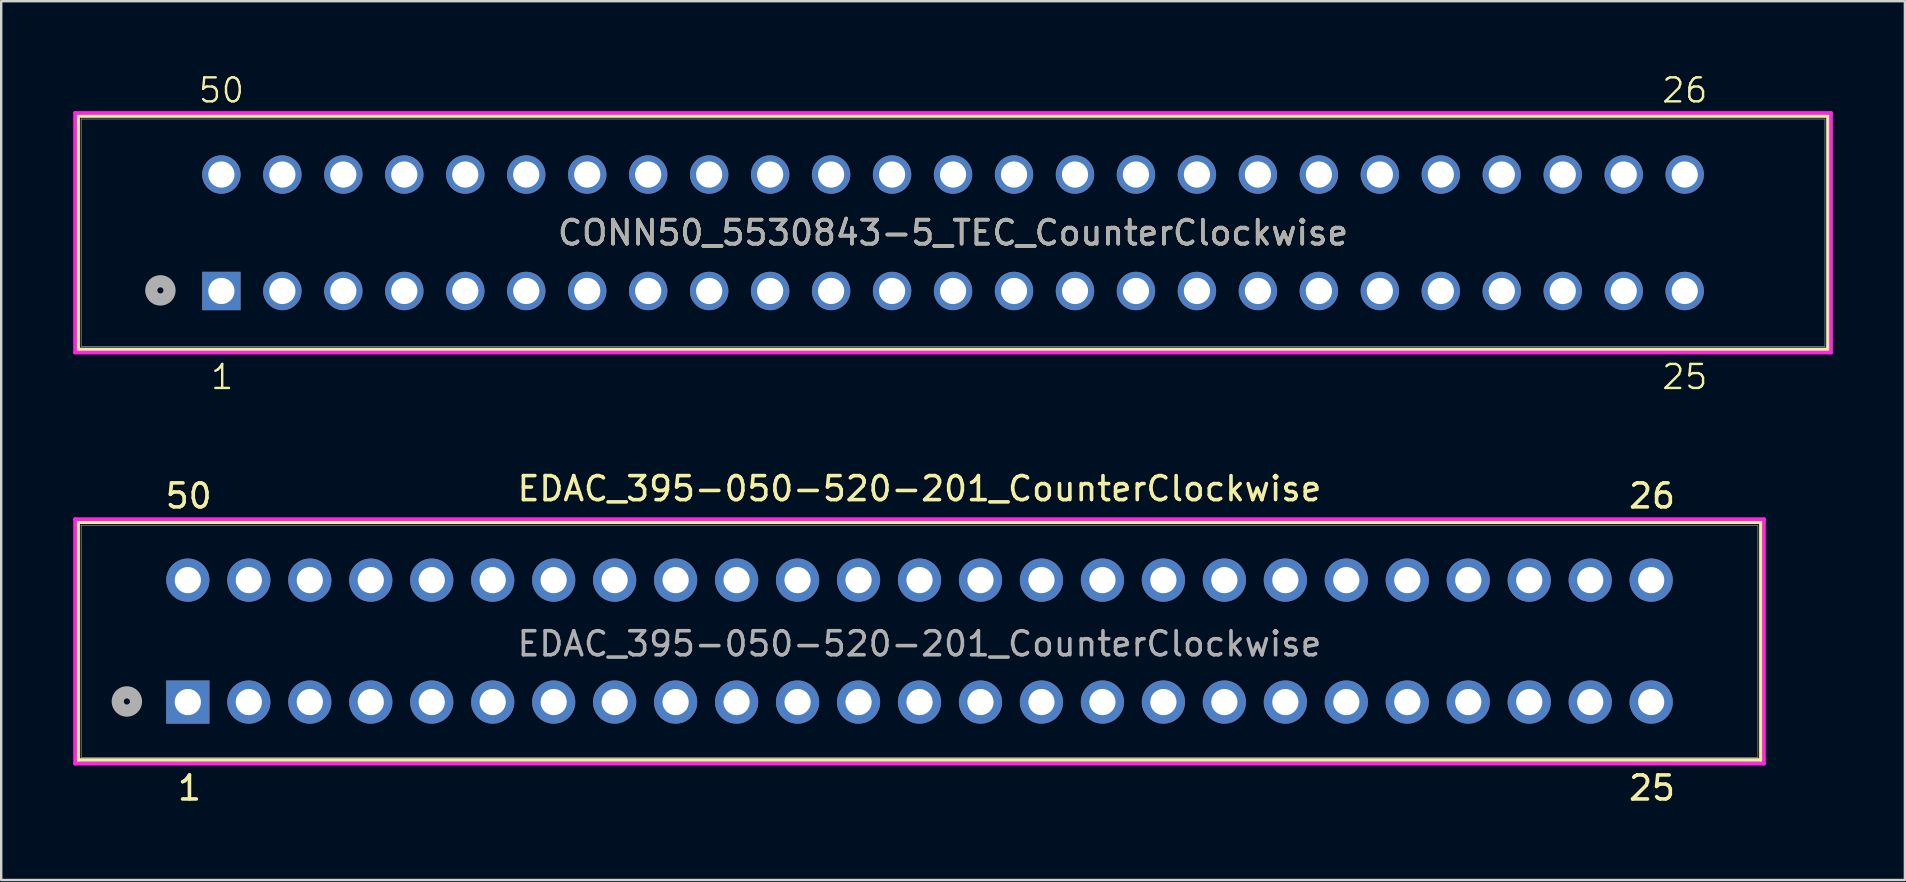
<source format=kicad_pcb>
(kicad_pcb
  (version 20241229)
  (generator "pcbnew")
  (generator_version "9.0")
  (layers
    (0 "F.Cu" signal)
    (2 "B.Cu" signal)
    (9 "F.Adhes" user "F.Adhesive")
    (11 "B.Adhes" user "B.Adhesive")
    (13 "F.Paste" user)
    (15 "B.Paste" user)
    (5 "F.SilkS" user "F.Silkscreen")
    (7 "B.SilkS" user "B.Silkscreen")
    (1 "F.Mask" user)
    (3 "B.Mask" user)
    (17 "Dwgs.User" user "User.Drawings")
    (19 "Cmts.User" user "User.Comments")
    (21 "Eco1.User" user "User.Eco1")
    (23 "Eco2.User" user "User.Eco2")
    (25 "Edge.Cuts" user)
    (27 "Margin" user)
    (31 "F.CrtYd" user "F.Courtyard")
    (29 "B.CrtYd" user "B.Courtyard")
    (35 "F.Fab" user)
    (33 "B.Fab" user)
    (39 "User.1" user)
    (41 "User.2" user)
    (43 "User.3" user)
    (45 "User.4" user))
  (footprint "EDAC_395-050-520-201_CounterClockwise"
    (layer "F.Cu")
    (at 4.775 26.197)
    (property "Reference" "EDAC_395-050-520-201_CounterClockwise" (at 30.48 -8.89 0) (unlocked yes) (layer "F.SilkS") (effects (font (size 1 1) (thickness 0.15))))
    (attr through_hole)
    (fp_line (start -4.572 -7.493) (end -4.572 2.413) (stroke (width 0.152) (type solid)) (layer "F.SilkS"))
    (fp_line (start -4.572 2.413) (end 65.532 2.413) (stroke (width 0.152) (type solid)) (layer "F.SilkS"))
    (fp_line (start 65.532 -7.493) (end -4.572 -7.493) (stroke (width 0.152) (type solid)) (layer "F.SilkS"))
    (fp_line (start 65.532 2.413) (end 65.532 -7.493) (stroke (width 0.152) (type solid)) (layer "F.SilkS"))
    (fp_line (start -4.699 -7.62) (end -4.699 2.565) (stroke (width 0.152) (type solid)) (layer "F.CrtYd"))
    (fp_line (start -4.699 2.565) (end 65.659 2.565) (stroke (width 0.152) (type solid)) (layer "F.CrtYd"))
    (fp_line (start 65.659 -7.62) (end -4.699 -7.62) (stroke (width 0.152) (type solid)) (layer "F.CrtYd"))
    (fp_line (start 65.659 2.565) (end 65.659 -7.62) (stroke (width 0.152) (type solid)) (layer "F.CrtYd"))
    (fp_line (start -4.445 -7.366) (end -4.445 2.311) (stroke (width 0.025) (type solid)) (layer "F.Fab"))
    (fp_line (start -4.445 2.311) (end 65.405 2.311) (stroke (width 0.025) (type solid)) (layer "F.Fab"))
    (fp_line (start 65.405 -7.366) (end -4.445 -7.366) (stroke (width 0.025) (type solid)) (layer "F.Fab"))
    (fp_line (start 65.405 2.311) (end 65.405 -7.366) (stroke (width 0.025) (type solid)) (layer "F.Fab"))
    (fp_circle (center -2.54 -0.025) (end -2.159 -0.025) (stroke (width 0.508) (type solid)) (fill no) (layer "F.Fab"))
    (fp_text user "26" (at 59.944 -8.001 0) (unlocked yes) (layer "F.SilkS") (effects (font (size 1 1) (thickness 0.15)) (justify left bottom)))
    (fp_text user "25" (at 59.944 4.166 0) (unlocked yes) (layer "F.SilkS") (effects (font (size 1 1) (thickness 0.15)) (justify left bottom)))
    (fp_text user "1" (at -0.508 4.166 0) (unlocked yes) (layer "F.SilkS") (effects (font (size 1 1) (thickness 0.15)) (justify left bottom)))
    (fp_text user "50" (at -1.016 -8.001 0) (unlocked yes) (layer "F.SilkS") (effects (font (size 1 1) (thickness 0.15)) (justify left bottom)))
    (fp_text user "${REFERENCE}" (at 30.48 -2.426 0) (unlocked yes) (layer "F.Fab") (effects (font (size 1 1) (thickness 0.15))))
    (pad "1" thru_hole rect (at 0 0) (size 1.8 1.8) (drill 1.092) (layers "*.Cu" "*.Mask"))
    (pad "2" thru_hole circle (at 2.54 0) (size 1.8 1.8) (drill 1.092) (layers "*.Cu" "*.Mask"))
    (pad "3" thru_hole circle (at 5.08 0) (size 1.8 1.8) (drill 1.092) (layers "*.Cu" "*.Mask"))
    (pad "4" thru_hole circle (at 7.62 0) (size 1.8 1.8) (drill 1.092) (layers "*.Cu" "*.Mask"))
    (pad "5" thru_hole circle (at 10.16 0) (size 1.8 1.8) (drill 1.092) (layers "*.Cu" "*.Mask"))
    (pad "6" thru_hole circle (at 12.7 0) (size 1.8 1.8) (drill 1.092) (layers "*.Cu" "*.Mask"))
    (pad "7" thru_hole circle (at 15.24 0) (size 1.8 1.8) (drill 1.092) (layers "*.Cu" "*.Mask"))
    (pad "8" thru_hole circle (at 17.78 0) (size 1.8 1.8) (drill 1.092) (layers "*.Cu" "*.Mask"))
    (pad "9" thru_hole circle (at 20.32 0) (size 1.8 1.8) (drill 1.092) (layers "*.Cu" "*.Mask"))
    (pad "10" thru_hole circle (at 22.86 0) (size 1.8 1.8) (drill 1.092) (layers "*.Cu" "*.Mask"))
    (pad "11" thru_hole circle (at 25.4 0) (size 1.8 1.8) (drill 1.092) (layers "*.Cu" "*.Mask"))
    (pad "12" thru_hole circle (at 27.94 0) (size 1.8 1.8) (drill 1.092) (layers "*.Cu" "*.Mask"))
    (pad "13" thru_hole circle (at 30.48 0) (size 1.8 1.8) (drill 1.092) (layers "*.Cu" "*.Mask"))
    (pad "14" thru_hole circle (at 33.02 0) (size 1.8 1.8) (drill 1.092) (layers "*.Cu" "*.Mask"))
    (pad "15" thru_hole circle (at 35.56 0) (size 1.8 1.8) (drill 1.092) (layers "*.Cu" "*.Mask"))
    (pad "16" thru_hole circle (at 38.1 0) (size 1.8 1.8) (drill 1.092) (layers "*.Cu" "*.Mask"))
    (pad "17" thru_hole circle (at 40.64 0) (size 1.8 1.8) (drill 1.092) (layers "*.Cu" "*.Mask"))
    (pad "18" thru_hole circle (at 43.18 0) (size 1.8 1.8) (drill 1.092) (layers "*.Cu" "*.Mask"))
    (pad "19" thru_hole circle (at 45.72 0) (size 1.8 1.8) (drill 1.092) (layers "*.Cu" "*.Mask"))
    (pad "20" thru_hole circle (at 48.26 0) (size 1.8 1.8) (drill 1.092) (layers "*.Cu" "*.Mask"))
    (pad "21" thru_hole circle (at 50.8 0) (size 1.8 1.8) (drill 1.092) (layers "*.Cu" "*.Mask"))
    (pad "22" thru_hole circle (at 53.34 0) (size 1.8 1.8) (drill 1.092) (layers "*.Cu" "*.Mask"))
    (pad "23" thru_hole circle (at 55.88 0) (size 1.8 1.8) (drill 1.092) (layers "*.Cu" "*.Mask"))
    (pad "24" thru_hole circle (at 58.42 0) (size 1.8 1.8) (drill 1.092) (layers "*.Cu" "*.Mask"))
    (pad "25" thru_hole circle (at 60.96 0) (size 1.8 1.8) (drill 1.092) (layers "*.Cu" "*.Mask"))
    (pad "26" thru_hole circle (at 60.96 -5.08) (size 1.8 1.8) (drill 1.092) (layers "*.Cu" "*.Mask"))
    (pad "27" thru_hole circle (at 58.42 -5.08) (size 1.8 1.8) (drill 1.092) (layers "*.Cu" "*.Mask"))
    (pad "28" thru_hole circle (at 55.88 -5.08) (size 1.8 1.8) (drill 1.092) (layers "*.Cu" "*.Mask"))
    (pad "29" thru_hole circle (at 53.34 -5.08) (size 1.8 1.8) (drill 1.092) (layers "*.Cu" "*.Mask"))
    (pad "30" thru_hole circle (at 50.8 -5.08) (size 1.8 1.8) (drill 1.092) (layers "*.Cu" "*.Mask"))
    (pad "31" thru_hole circle (at 48.26 -5.08) (size 1.8 1.8) (drill 1.092) (layers "*.Cu" "*.Mask"))
    (pad "32" thru_hole circle (at 45.72 -5.08) (size 1.8 1.8) (drill 1.092) (layers "*.Cu" "*.Mask"))
    (pad "33" thru_hole circle (at 43.18 -5.08) (size 1.8 1.8) (drill 1.092) (layers "*.Cu" "*.Mask"))
    (pad "34" thru_hole circle (at 40.64 -5.08) (size 1.8 1.8) (drill 1.092) (layers "*.Cu" "*.Mask"))
    (pad "35" thru_hole circle (at 38.1 -5.08) (size 1.8 1.8) (drill 1.092) (layers "*.Cu" "*.Mask"))
    (pad "36" thru_hole circle (at 35.56 -5.08) (size 1.8 1.8) (drill 1.092) (layers "*.Cu" "*.Mask"))
    (pad "37" thru_hole circle (at 33.02 -5.08) (size 1.8 1.8) (drill 1.092) (layers "*.Cu" "*.Mask"))
    (pad "38" thru_hole circle (at 30.48 -5.08) (size 1.8 1.8) (drill 1.092) (layers "*.Cu" "*.Mask"))
    (pad "39" thru_hole circle (at 27.94 -5.08) (size 1.8 1.8) (drill 1.092) (layers "*.Cu" "*.Mask"))
    (pad "40" thru_hole circle (at 25.4 -5.08) (size 1.8 1.8) (drill 1.092) (layers "*.Cu" "*.Mask"))
    (pad "41" thru_hole circle (at 22.86 -5.08) (size 1.8 1.8) (drill 1.092) (layers "*.Cu" "*.Mask"))
    (pad "42" thru_hole circle (at 20.32 -5.08) (size 1.8 1.8) (drill 1.092) (layers "*.Cu" "*.Mask"))
    (pad "43" thru_hole circle (at 17.78 -5.08) (size 1.8 1.8) (drill 1.092) (layers "*.Cu" "*.Mask"))
    (pad "44" thru_hole circle (at 15.24 -5.08) (size 1.8 1.8) (drill 1.092) (layers "*.Cu" "*.Mask"))
    (pad "45" thru_hole circle (at 12.7 -5.08) (size 1.8 1.8) (drill 1.092) (layers "*.Cu" "*.Mask"))
    (pad "46" thru_hole circle (at 10.16 -5.08) (size 1.8 1.8) (drill 1.092) (layers "*.Cu" "*.Mask"))
    (pad "47" thru_hole circle (at 7.62 -5.08) (size 1.8 1.8) (drill 1.092) (layers "*.Cu" "*.Mask"))
    (pad "48" thru_hole circle (at 5.08 -5.08) (size 1.8 1.8) (drill 1.092) (layers "*.Cu" "*.Mask"))
    (pad "49" thru_hole circle (at 2.54 -5.08) (size 1.8 1.8) (drill 1.092) (layers "*.Cu" "*.Mask"))
    (pad "50" thru_hole circle (at 0 -5.08) (size 1.8 1.8) (drill 1.092) (layers "*.Cu" "*.Mask")))
  (footprint "CONN50_5530843-5_TEC_CounterClockwise"
    (layer "F.Cu")
    (at 6.172 9.072)
    (property "Reference" "CONN50_5530843-5_TEC_CounterClockwise" (at 30.48 -2.426 0) (unlocked yes) (layer "F.SilkS") (effects (font (size 1 1) (thickness 0.15))))
    (attr through_hole)
    (fp_line (start -5.969 -7.29) (end -5.969 2.438) (stroke (width 0.152) (type solid)) (layer "F.SilkS"))
    (fp_line (start -5.969 2.438) (end 66.929 2.438) (stroke (width 0.152) (type solid)) (layer "F.SilkS"))
    (fp_line (start 66.929 -7.29) (end -5.969 -7.29) (stroke (width 0.152) (type solid)) (layer "F.SilkS"))
    (fp_line (start 66.929 2.438) (end 66.929 -7.29) (stroke (width 0.152) (type solid)) (layer "F.SilkS"))
    (fp_line (start -6.096 -7.417) (end -6.096 2.565) (stroke (width 0.152) (type solid)) (layer "F.CrtYd"))
    (fp_line (start -6.096 2.565) (end 67.056 2.565) (stroke (width 0.152) (type solid)) (layer "F.CrtYd"))
    (fp_line (start 67.056 -7.417) (end -6.096 -7.417) (stroke (width 0.152) (type solid)) (layer "F.CrtYd"))
    (fp_line (start 67.056 2.565) (end 67.056 -7.417) (stroke (width 0.152) (type solid)) (layer "F.CrtYd"))
    (fp_line (start -5.842 -7.163) (end -5.842 2.311) (stroke (width 0.025) (type solid)) (layer "F.Fab"))
    (fp_line (start -5.842 2.311) (end 66.802 2.311) (stroke (width 0.025) (type solid)) (layer "F.Fab"))
    (fp_line (start 66.802 -7.163) (end -5.842 -7.163) (stroke (width 0.025) (type solid)) (layer "F.Fab"))
    (fp_line (start 66.802 2.311) (end 66.802 -7.163) (stroke (width 0.025) (type solid)) (layer "F.Fab"))
    (fp_circle (center -2.54 -0.025) (end -2.159 -0.025) (stroke (width 0.508) (type solid)) (fill no) (layer "F.Fab"))
    (fp_text user "26" (at 59.944 -7.772 0) (unlocked yes) (layer "F.SilkS") (effects (font (size 1 1) (thickness 0.1)) (justify left bottom)))
    (fp_text user "25" (at 59.944 4.166 0) (unlocked yes) (layer "F.SilkS") (effects (font (size 1 1) (thickness 0.1)) (justify left bottom)))
    (fp_text user "1" (at -0.508 4.166 0) (unlocked yes) (layer "F.SilkS") (effects (font (size 1 1) (thickness 0.1)) (justify left bottom)))
    (fp_text user "50" (at -1.016 -7.772 0) (unlocked yes) (layer "F.SilkS") (effects (font (size 1 1) (thickness 0.1)) (justify left bottom)))
    (fp_text user "${REFERENCE}" (at 30.48 -2.426 0) (unlocked yes) (layer "F.Fab") (effects (font (size 1 1) (thickness 0.15))))
    (pad "1" thru_hole rect (at 0 0) (size 1.6 1.6) (drill 1.092) (layers "*.Cu" "*.Mask"))
    (pad "2" thru_hole circle (at 2.54 0) (size 1.6 1.6) (drill 1.092) (layers "*.Cu" "*.Mask"))
    (pad "3" thru_hole circle (at 5.08 0) (size 1.6 1.6) (drill 1.092) (layers "*.Cu" "*.Mask"))
    (pad "4" thru_hole circle (at 7.62 0) (size 1.6 1.6) (drill 1.092) (layers "*.Cu" "*.Mask"))
    (pad "5" thru_hole circle (at 10.16 0) (size 1.6 1.6) (drill 1.092) (layers "*.Cu" "*.Mask"))
    (pad "6" thru_hole circle (at 12.7 0) (size 1.6 1.6) (drill 1.092) (layers "*.Cu" "*.Mask"))
    (pad "7" thru_hole circle (at 15.24 0) (size 1.6 1.6) (drill 1.092) (layers "*.Cu" "*.Mask"))
    (pad "8" thru_hole circle (at 17.78 0) (size 1.6 1.6) (drill 1.092) (layers "*.Cu" "*.Mask"))
    (pad "9" thru_hole circle (at 20.32 0) (size 1.6 1.6) (drill 1.092) (layers "*.Cu" "*.Mask"))
    (pad "10" thru_hole circle (at 22.86 0) (size 1.6 1.6) (drill 1.092) (layers "*.Cu" "*.Mask"))
    (pad "11" thru_hole circle (at 25.4 0) (size 1.6 1.6) (drill 1.092) (layers "*.Cu" "*.Mask"))
    (pad "12" thru_hole circle (at 27.94 0) (size 1.6 1.6) (drill 1.092) (layers "*.Cu" "*.Mask"))
    (pad "13" thru_hole circle (at 30.48 0) (size 1.6 1.6) (drill 1.092) (layers "*.Cu" "*.Mask"))
    (pad "14" thru_hole circle (at 33.02 0) (size 1.6 1.6) (drill 1.092) (layers "*.Cu" "*.Mask"))
    (pad "15" thru_hole circle (at 35.56 0) (size 1.6 1.6) (drill 1.092) (layers "*.Cu" "*.Mask"))
    (pad "16" thru_hole circle (at 38.1 0) (size 1.6 1.6) (drill 1.092) (layers "*.Cu" "*.Mask"))
    (pad "17" thru_hole circle (at 40.64 0) (size 1.6 1.6) (drill 1.092) (layers "*.Cu" "*.Mask"))
    (pad "18" thru_hole circle (at 43.18 0) (size 1.6 1.6) (drill 1.092) (layers "*.Cu" "*.Mask"))
    (pad "19" thru_hole circle (at 45.72 0) (size 1.6 1.6) (drill 1.092) (layers "*.Cu" "*.Mask"))
    (pad "20" thru_hole circle (at 48.26 0) (size 1.6 1.6) (drill 1.092) (layers "*.Cu" "*.Mask"))
    (pad "21" thru_hole circle (at 50.8 0) (size 1.6 1.6) (drill 1.092) (layers "*.Cu" "*.Mask"))
    (pad "22" thru_hole circle (at 53.34 0) (size 1.6 1.6) (drill 1.092) (layers "*.Cu" "*.Mask"))
    (pad "23" thru_hole circle (at 55.88 0) (size 1.6 1.6) (drill 1.092) (layers "*.Cu" "*.Mask"))
    (pad "24" thru_hole circle (at 58.42 0) (size 1.6 1.6) (drill 1.092) (layers "*.Cu" "*.Mask"))
    (pad "25" thru_hole circle (at 60.96 0) (size 1.6 1.6) (drill 1.092) (layers "*.Cu" "*.Mask"))
    (pad "26" thru_hole circle (at 60.96 -4.851) (size 1.6 1.6) (drill 1.092) (layers "*.Cu" "*.Mask"))
    (pad "27" thru_hole circle (at 58.42 -4.851) (size 1.6 1.6) (drill 1.092) (layers "*.Cu" "*.Mask"))
    (pad "28" thru_hole circle (at 55.88 -4.851) (size 1.6 1.6) (drill 1.092) (layers "*.Cu" "*.Mask"))
    (pad "29" thru_hole circle (at 53.34 -4.851) (size 1.6 1.6) (drill 1.092) (layers "*.Cu" "*.Mask"))
    (pad "30" thru_hole circle (at 50.8 -4.851) (size 1.6 1.6) (drill 1.092) (layers "*.Cu" "*.Mask"))
    (pad "31" thru_hole circle (at 48.26 -4.851) (size 1.6 1.6) (drill 1.092) (layers "*.Cu" "*.Mask"))
    (pad "32" thru_hole circle (at 45.72 -4.851) (size 1.6 1.6) (drill 1.092) (layers "*.Cu" "*.Mask"))
    (pad "33" thru_hole circle (at 43.18 -4.851) (size 1.6 1.6) (drill 1.092) (layers "*.Cu" "*.Mask"))
    (pad "34" thru_hole circle (at 40.64 -4.851) (size 1.6 1.6) (drill 1.092) (layers "*.Cu" "*.Mask"))
    (pad "35" thru_hole circle (at 38.1 -4.851) (size 1.6 1.6) (drill 1.092) (layers "*.Cu" "*.Mask"))
    (pad "36" thru_hole circle (at 35.56 -4.851) (size 1.6 1.6) (drill 1.092) (layers "*.Cu" "*.Mask"))
    (pad "37" thru_hole circle (at 33.02 -4.851) (size 1.6 1.6) (drill 1.092) (layers "*.Cu" "*.Mask"))
    (pad "38" thru_hole circle (at 30.48 -4.851) (size 1.6 1.6) (drill 1.092) (layers "*.Cu" "*.Mask"))
    (pad "39" thru_hole circle (at 27.94 -4.851) (size 1.6 1.6) (drill 1.092) (layers "*.Cu" "*.Mask"))
    (pad "40" thru_hole circle (at 25.4 -4.851) (size 1.6 1.6) (drill 1.092) (layers "*.Cu" "*.Mask"))
    (pad "41" thru_hole circle (at 22.86 -4.851) (size 1.6 1.6) (drill 1.092) (layers "*.Cu" "*.Mask"))
    (pad "42" thru_hole circle (at 20.32 -4.851) (size 1.6 1.6) (drill 1.092) (layers "*.Cu" "*.Mask"))
    (pad "43" thru_hole circle (at 17.78 -4.851) (size 1.6 1.6) (drill 1.092) (layers "*.Cu" "*.Mask"))
    (pad "44" thru_hole circle (at 15.24 -4.851) (size 1.6 1.6) (drill 1.092) (layers "*.Cu" "*.Mask"))
    (pad "45" thru_hole circle (at 12.7 -4.851) (size 1.6 1.6) (drill 1.092) (layers "*.Cu" "*.Mask"))
    (pad "46" thru_hole circle (at 10.16 -4.851) (size 1.6 1.6) (drill 1.092) (layers "*.Cu" "*.Mask"))
    (pad "47" thru_hole circle (at 7.62 -4.851) (size 1.6 1.6) (drill 1.092) (layers "*.Cu" "*.Mask"))
    (pad "48" thru_hole circle (at 5.08 -4.851) (size 1.6 1.6) (drill 1.092) (layers "*.Cu" "*.Mask"))
    (pad "49" thru_hole circle (at 2.54 -4.851) (size 1.6 1.6) (drill 1.092) (layers "*.Cu" "*.Mask"))
    (pad "50" thru_hole circle (at 0 -4.851) (size 1.6 1.6) (drill 1.092) (layers "*.Cu" "*.Mask")))
  (gr_rect
    (start -3 -3)
    (end 76.304 33.609)
    (stroke (width 0.1) (type default))
    (fill no)
    (layer "Edge.Cuts")))
</source>
